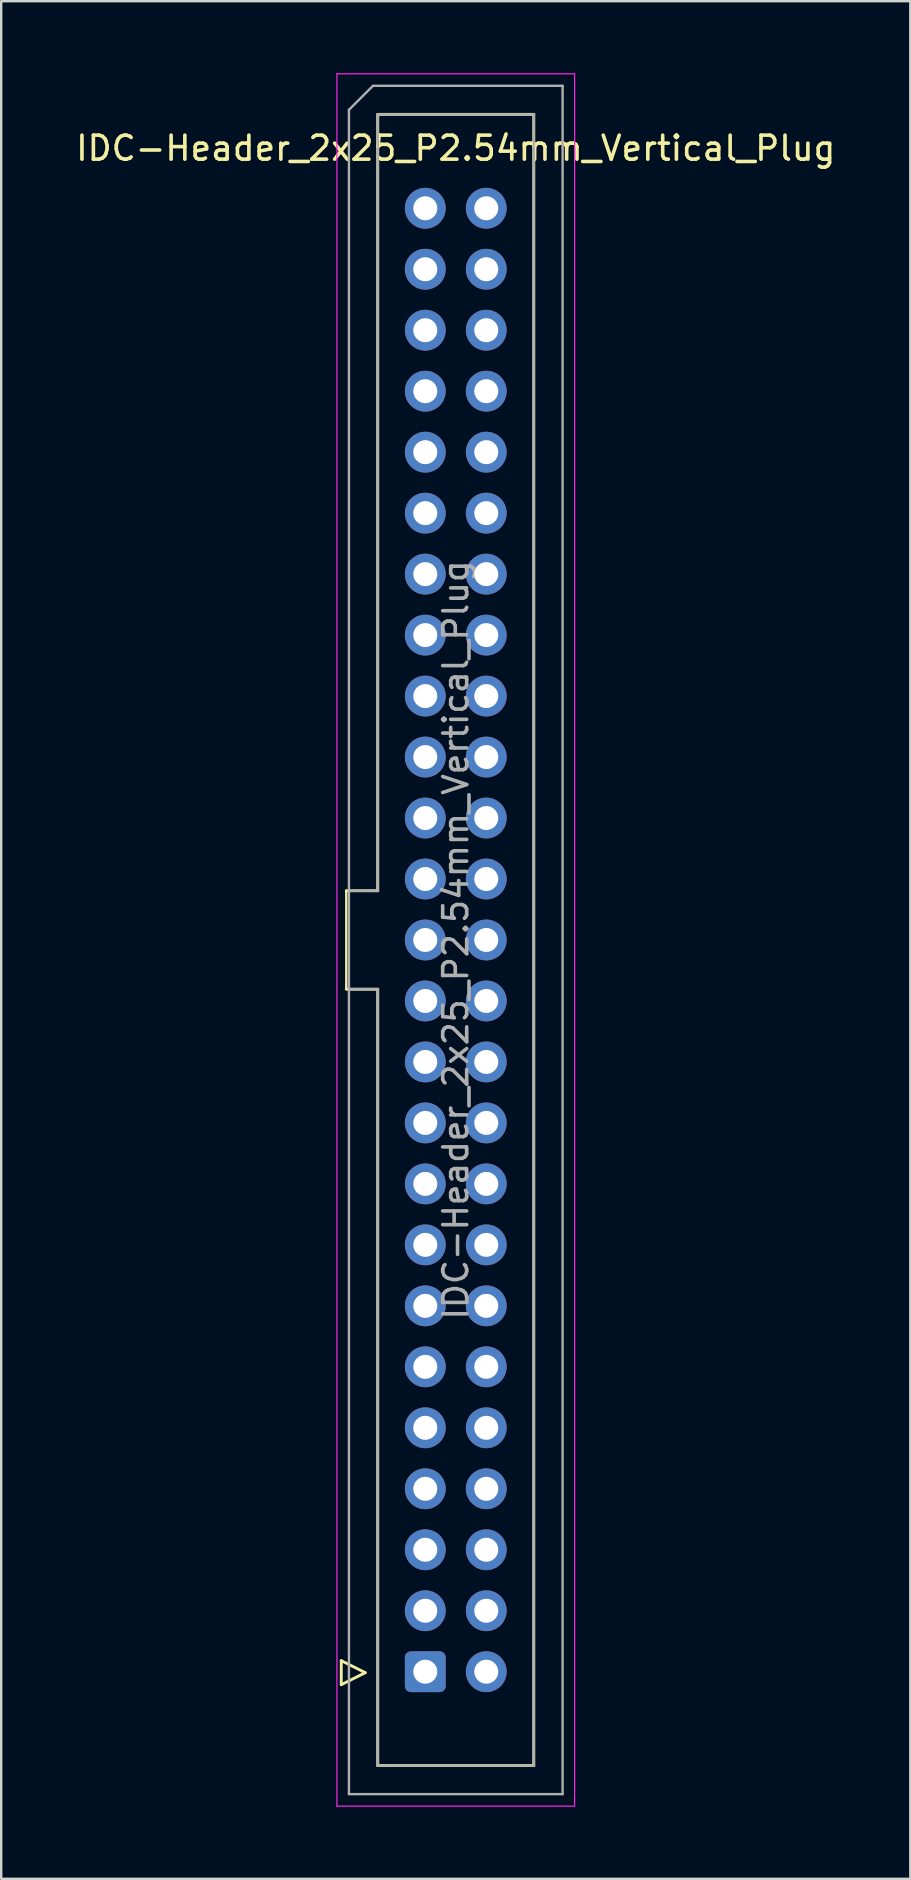
<source format=kicad_pcb>
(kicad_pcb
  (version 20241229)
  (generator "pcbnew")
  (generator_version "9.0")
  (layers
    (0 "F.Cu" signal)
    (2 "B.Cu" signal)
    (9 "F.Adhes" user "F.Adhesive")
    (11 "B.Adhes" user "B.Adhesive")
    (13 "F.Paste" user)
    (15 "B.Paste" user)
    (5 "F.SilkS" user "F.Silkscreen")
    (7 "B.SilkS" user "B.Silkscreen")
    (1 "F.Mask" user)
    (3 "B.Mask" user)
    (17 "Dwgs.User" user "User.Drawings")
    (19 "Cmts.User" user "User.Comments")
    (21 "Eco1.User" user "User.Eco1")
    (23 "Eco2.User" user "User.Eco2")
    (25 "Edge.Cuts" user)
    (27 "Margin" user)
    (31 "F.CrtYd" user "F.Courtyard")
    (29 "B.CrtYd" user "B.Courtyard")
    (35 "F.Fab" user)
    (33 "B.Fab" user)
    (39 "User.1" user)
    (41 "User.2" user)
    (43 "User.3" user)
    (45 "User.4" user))
  (footprint "IDC-Header_2x25_P2.54mm_Vertical_Plug"
    (layer "F.Cu")
    (at 14.665 5.625)
    (property "Reference" "IDC-Header_2x25_P2.54mm_Vertical_Plug" (at 1.27 -2.5 180) (layer "F.SilkS") (effects (font (size 1 1) (thickness 0.15))))
    (attr through_hole)
    (fp_line (start -3.5 60.5) (end -3.5 61.5) (stroke (width 0.12) (type solid)) (layer "F.SilkS"))
    (fp_line (start -3.5 61.5) (end -2.5 61) (stroke (width 0.12) (type solid)) (layer "F.SilkS"))
    (fp_line (start -3.29 28.43) (end -3.29 32.5) (stroke (width 0.1) (type default)) (layer "F.SilkS"))
    (fp_line (start -3.29 28.43) (end -1.98 28.43) (stroke (width 0.12) (type solid)) (layer "F.SilkS"))
    (fp_line (start -2.5 61) (end -3.5 60.5) (stroke (width 0.12) (type solid)) (layer "F.SilkS"))
    (fp_line (start -1.98 -3.91) (end 4.52 -3.91) (stroke (width 0.12) (type solid)) (layer "F.SilkS"))
    (fp_line (start -1.98 28.43) (end -1.98 -3.91) (stroke (width 0.12) (type solid)) (layer "F.SilkS"))
    (fp_line (start -1.98 32.53) (end -3.29 32.53) (stroke (width 0.12) (type solid)) (layer "F.SilkS"))
    (fp_line (start -1.98 64.87) (end -1.98 32.53) (stroke (width 0.12) (type solid)) (layer "F.SilkS"))
    (fp_line (start 4.52 -3.91) (end 4.52 64.87) (stroke (width 0.12) (type solid)) (layer "F.SilkS"))
    (fp_line (start 4.52 64.87) (end -1.98 64.87) (stroke (width 0.12) (type solid)) (layer "F.SilkS"))
    (fp_line (start -3.68 -5.6) (end -3.68 66.56) (stroke (width 0.05) (type solid)) (layer "F.CrtYd"))
    (fp_line (start -3.68 66.56) (end 6.22 66.56) (stroke (width 0.05) (type solid)) (layer "F.CrtYd"))
    (fp_line (start 6.22 -5.6) (end -3.68 -5.6) (stroke (width 0.05) (type solid)) (layer "F.CrtYd"))
    (fp_line (start 6.22 66.56) (end 6.22 -5.6) (stroke (width 0.05) (type solid)) (layer "F.CrtYd"))
    (fp_line (start -3.18 -4.1) (end -2.18 -5.1) (stroke (width 0.1) (type solid)) (layer "F.Fab"))
    (fp_line (start -3.18 28.43) (end -1.98 28.43) (stroke (width 0.1) (type solid)) (layer "F.Fab"))
    (fp_line (start -3.18 66.06) (end -3.18 -4.1) (stroke (width 0.1) (type solid)) (layer "F.Fab"))
    (fp_line (start -2.18 -5.1) (end 5.72 -5.1) (stroke (width 0.1) (type solid)) (layer "F.Fab"))
    (fp_line (start -1.98 -3.91) (end 4.52 -3.91) (stroke (width 0.1) (type solid)) (layer "F.Fab"))
    (fp_line (start -1.98 28.43) (end -1.98 -3.91) (stroke (width 0.1) (type solid)) (layer "F.Fab"))
    (fp_line (start -1.98 32.53) (end -3.18 32.53) (stroke (width 0.1) (type solid)) (layer "F.Fab"))
    (fp_line (start -1.98 64.87) (end -1.98 32.53) (stroke (width 0.1) (type solid)) (layer "F.Fab"))
    (fp_line (start 4.52 -3.91) (end 4.52 64.87) (stroke (width 0.1) (type solid)) (layer "F.Fab"))
    (fp_line (start 4.52 64.87) (end -1.98 64.87) (stroke (width 0.1) (type solid)) (layer "F.Fab"))
    (fp_line (start 5.72 -5.1) (end 5.72 66.06) (stroke (width 0.1) (type solid)) (layer "F.Fab"))
    (fp_line (start 5.72 66.06) (end -3.18 66.06) (stroke (width 0.1) (type solid)) (layer "F.Fab"))
    (fp_text user "${REFERENCE}" (at 1.27 30.48 90) (layer "F.Fab") (effects (font (size 1 1) (thickness 0.15))))
    (pad "1" thru_hole roundrect (at 0 60.96) (size 1.7 1.7) (drill 1) (layers "*.Cu" "*.Mask") (roundrect_rratio 0.147))
    (pad "2" thru_hole circle (at 2.54 60.96) (size 1.7 1.7) (drill 1) (layers "*.Cu" "*.Mask"))
    (pad "3" thru_hole circle (at 0 58.42) (size 1.7 1.7) (drill 1) (layers "*.Cu" "*.Mask"))
    (pad "4" thru_hole circle (at 2.54 58.42) (size 1.7 1.7) (drill 1) (layers "*.Cu" "*.Mask"))
    (pad "5" thru_hole circle (at 0 55.88) (size 1.7 1.7) (drill 1) (layers "*.Cu" "*.Mask"))
    (pad "6" thru_hole circle (at 2.54 55.88) (size 1.7 1.7) (drill 1) (layers "*.Cu" "*.Mask"))
    (pad "7" thru_hole circle (at 0 53.34) (size 1.7 1.7) (drill 1) (layers "*.Cu" "*.Mask"))
    (pad "8" thru_hole circle (at 2.54 53.34) (size 1.7 1.7) (drill 1) (layers "*.Cu" "*.Mask"))
    (pad "9" thru_hole circle (at 0 50.8) (size 1.7 1.7) (drill 1) (layers "*.Cu" "*.Mask"))
    (pad "10" thru_hole circle (at 2.54 50.8) (size 1.7 1.7) (drill 1) (layers "*.Cu" "*.Mask"))
    (pad "11" thru_hole circle (at 0 48.26) (size 1.7 1.7) (drill 1) (layers "*.Cu" "*.Mask"))
    (pad "12" thru_hole circle (at 2.54 48.26) (size 1.7 1.7) (drill 1) (layers "*.Cu" "*.Mask"))
    (pad "13" thru_hole circle (at 0 45.72) (size 1.7 1.7) (drill 1) (layers "*.Cu" "*.Mask"))
    (pad "14" thru_hole circle (at 2.54 45.72) (size 1.7 1.7) (drill 1) (layers "*.Cu" "*.Mask"))
    (pad "15" thru_hole circle (at 0 43.18) (size 1.7 1.7) (drill 1) (layers "*.Cu" "*.Mask"))
    (pad "16" thru_hole circle (at 2.54 43.18) (size 1.7 1.7) (drill 1) (layers "*.Cu" "*.Mask"))
    (pad "17" thru_hole circle (at 0 40.64) (size 1.7 1.7) (drill 1) (layers "*.Cu" "*.Mask"))
    (pad "18" thru_hole circle (at 2.54 40.64) (size 1.7 1.7) (drill 1) (layers "*.Cu" "*.Mask"))
    (pad "19" thru_hole circle (at 0 38.1) (size 1.7 1.7) (drill 1) (layers "*.Cu" "*.Mask"))
    (pad "20" thru_hole circle (at 2.54 38.1) (size 1.7 1.7) (drill 1) (layers "*.Cu" "*.Mask"))
    (pad "21" thru_hole circle (at 0 35.56) (size 1.7 1.7) (drill 1) (layers "*.Cu" "*.Mask"))
    (pad "22" thru_hole circle (at 2.54 35.56) (size 1.7 1.7) (drill 1) (layers "*.Cu" "*.Mask"))
    (pad "23" thru_hole circle (at 0 33.02) (size 1.7 1.7) (drill 1) (layers "*.Cu" "*.Mask"))
    (pad "24" thru_hole circle (at 2.54 33.02) (size 1.7 1.7) (drill 1) (layers "*.Cu" "*.Mask"))
    (pad "25" thru_hole circle (at 0 30.48) (size 1.7 1.7) (drill 1) (layers "*.Cu" "*.Mask"))
    (pad "26" thru_hole circle (at 2.54 30.48) (size 1.7 1.7) (drill 1) (layers "*.Cu" "*.Mask"))
    (pad "27" thru_hole circle (at 0 27.94) (size 1.7 1.7) (drill 1) (layers "*.Cu" "*.Mask"))
    (pad "28" thru_hole circle (at 2.54 27.94) (size 1.7 1.7) (drill 1) (layers "*.Cu" "*.Mask"))
    (pad "29" thru_hole circle (at 0 25.4) (size 1.7 1.7) (drill 1) (layers "*.Cu" "*.Mask"))
    (pad "30" thru_hole circle (at 2.54 25.4) (size 1.7 1.7) (drill 1) (layers "*.Cu" "*.Mask"))
    (pad "31" thru_hole circle (at 0 22.86) (size 1.7 1.7) (drill 1) (layers "*.Cu" "*.Mask"))
    (pad "32" thru_hole circle (at 2.54 22.86) (size 1.7 1.7) (drill 1) (layers "*.Cu" "*.Mask"))
    (pad "33" thru_hole circle (at 0 20.32) (size 1.7 1.7) (drill 1) (layers "*.Cu" "*.Mask"))
    (pad "34" thru_hole circle (at 2.54 20.32) (size 1.7 1.7) (drill 1) (layers "*.Cu" "*.Mask"))
    (pad "35" thru_hole circle (at 0 17.78) (size 1.7 1.7) (drill 1) (layers "*.Cu" "*.Mask"))
    (pad "36" thru_hole circle (at 2.54 17.78) (size 1.7 1.7) (drill 1) (layers "*.Cu" "*.Mask"))
    (pad "37" thru_hole circle (at 0 15.24) (size 1.7 1.7) (drill 1) (layers "*.Cu" "*.Mask"))
    (pad "38" thru_hole circle (at 2.54 15.24) (size 1.7 1.7) (drill 1) (layers "*.Cu" "*.Mask"))
    (pad "39" thru_hole circle (at 0 12.7) (size 1.7 1.7) (drill 1) (layers "*.Cu" "*.Mask"))
    (pad "40" thru_hole circle (at 2.54 12.7) (size 1.7 1.7) (drill 1) (layers "*.Cu" "*.Mask"))
    (pad "41" thru_hole circle (at 0 10.16) (size 1.7 1.7) (drill 1) (layers "*.Cu" "*.Mask"))
    (pad "42" thru_hole circle (at 2.54 10.16) (size 1.7 1.7) (drill 1) (layers "*.Cu" "*.Mask"))
    (pad "43" thru_hole circle (at 0 7.62) (size 1.7 1.7) (drill 1) (layers "*.Cu" "*.Mask"))
    (pad "44" thru_hole circle (at 2.54 7.62) (size 1.7 1.7) (drill 1) (layers "*.Cu" "*.Mask"))
    (pad "45" thru_hole circle (at 0 5.08) (size 1.7 1.7) (drill 1) (layers "*.Cu" "*.Mask"))
    (pad "46" thru_hole circle (at 2.54 5.08) (size 1.7 1.7) (drill 1) (layers "*.Cu" "*.Mask"))
    (pad "47" thru_hole circle (at 0 2.54) (size 1.7 1.7) (drill 1) (layers "*.Cu" "*.Mask"))
    (pad "48" thru_hole circle (at 2.54 2.54) (size 1.7 1.7) (drill 1) (layers "*.Cu" "*.Mask"))
    (pad "49" thru_hole circle (at 0 0) (size 1.7 1.7) (drill 1) (layers "*.Cu" "*.Mask"))
    (pad "50" thru_hole circle (at 2.54 0) (size 1.7 1.7) (drill 1) (layers "*.Cu" "*.Mask")))
  (gr_rect
    (start -3 -3)
    (end 34.869 75.21)
    (stroke (width 0.1) (type default))
    (fill no)
    (layer "Edge.Cuts")))
</source>
